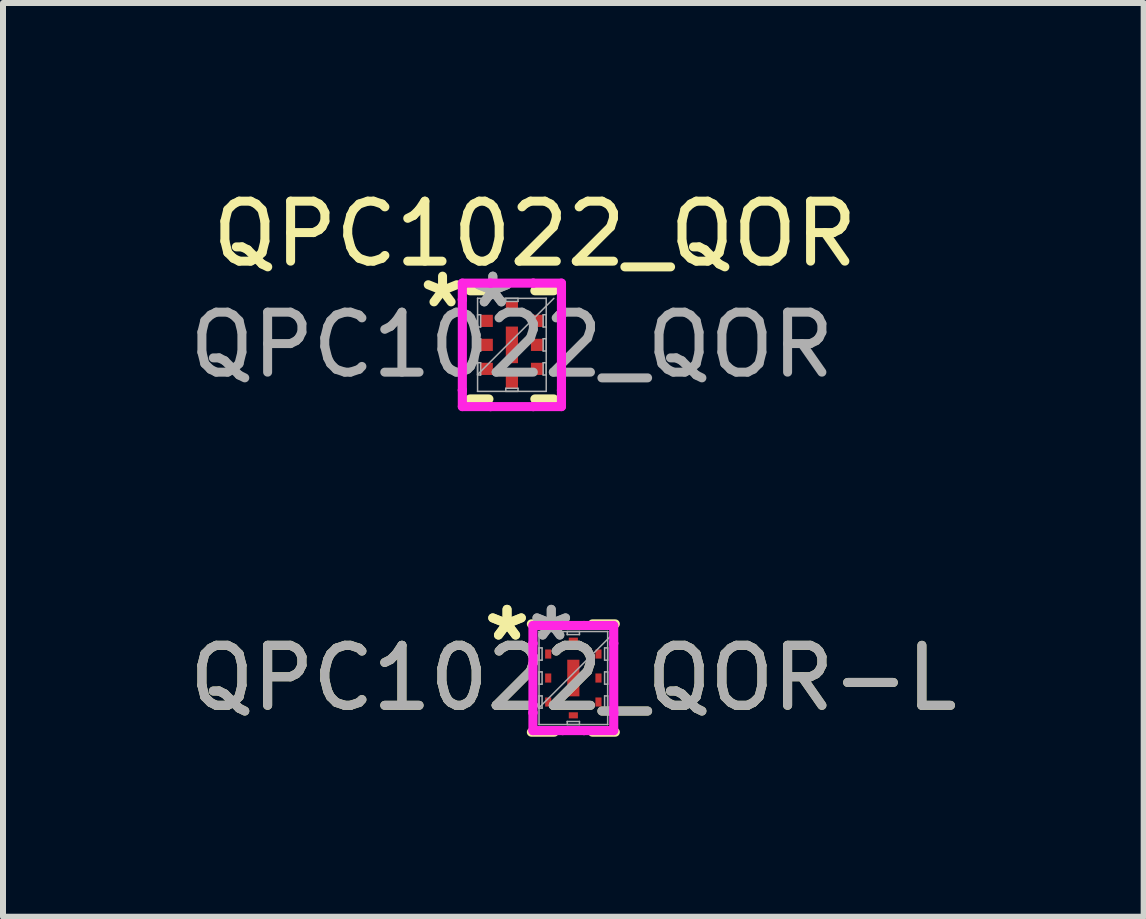
<source format=kicad_pcb>
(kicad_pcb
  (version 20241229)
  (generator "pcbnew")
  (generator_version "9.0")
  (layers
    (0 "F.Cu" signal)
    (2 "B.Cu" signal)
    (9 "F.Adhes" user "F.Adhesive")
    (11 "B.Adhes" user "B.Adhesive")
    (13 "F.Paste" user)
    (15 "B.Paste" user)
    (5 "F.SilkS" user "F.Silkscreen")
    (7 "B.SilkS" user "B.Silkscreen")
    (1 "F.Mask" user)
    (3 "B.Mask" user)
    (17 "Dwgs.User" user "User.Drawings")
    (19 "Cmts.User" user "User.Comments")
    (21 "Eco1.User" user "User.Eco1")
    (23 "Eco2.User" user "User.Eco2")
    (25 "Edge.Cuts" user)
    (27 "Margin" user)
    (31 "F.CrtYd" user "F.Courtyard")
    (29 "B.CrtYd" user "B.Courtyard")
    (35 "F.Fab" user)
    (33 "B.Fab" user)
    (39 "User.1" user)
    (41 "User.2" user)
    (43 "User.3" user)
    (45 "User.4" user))
  (footprint "QPC1022_QOR-L"
    (layer "F.Cu")
    (at 6.506 8.251)
    (property "Reference" "QPC1022_QOR-L" (at 0 0 0) (unlocked yes) (layer "F.SilkS") (effects (font (size 1 1) (thickness 0.15))))
    (attr smd)
    (fp_line (start -0.699 0.902) (end -0.318 0.902) (stroke (width 0.152) (type solid)) (layer "F.SilkS"))
    (fp_line (start -0.318 -0.902) (end -0.699 -0.902) (stroke (width 0.152) (type solid)) (layer "F.SilkS"))
    (fp_line (start 0.318 0.902) (end 0.699 0.902) (stroke (width 0.152) (type solid)) (layer "F.SilkS"))
    (fp_line (start 0.699 -0.902) (end 0.318 -0.902) (stroke (width 0.152) (type solid)) (layer "F.SilkS"))
    (fp_line (start -0.673 -0.876) (end -0.178 -0.876) (stroke (width 0.152) (type solid)) (layer "F.CrtYd"))
    (fp_line (start -0.673 -0.578) (end -0.673 -0.876) (stroke (width 0.152) (type solid)) (layer "F.CrtYd"))
    (fp_line (start -0.673 -0.578) (end -0.673 -0.578) (stroke (width 0.152) (type solid)) (layer "F.CrtYd"))
    (fp_line (start -0.673 0.578) (end -0.673 -0.578) (stroke (width 0.152) (type solid)) (layer "F.CrtYd"))
    (fp_line (start -0.673 0.578) (end -0.673 0.578) (stroke (width 0.152) (type solid)) (layer "F.CrtYd"))
    (fp_line (start -0.673 0.876) (end -0.673 0.578) (stroke (width 0.152) (type solid)) (layer "F.CrtYd"))
    (fp_line (start -0.178 -0.876) (end -0.178 -0.876) (stroke (width 0.152) (type solid)) (layer "F.CrtYd"))
    (fp_line (start -0.178 -0.876) (end 0.178 -0.876) (stroke (width 0.152) (type solid)) (layer "F.CrtYd"))
    (fp_line (start -0.178 0.876) (end -0.673 0.876) (stroke (width 0.152) (type solid)) (layer "F.CrtYd"))
    (fp_line (start -0.178 0.876) (end -0.178 0.876) (stroke (width 0.152) (type solid)) (layer "F.CrtYd"))
    (fp_line (start 0.178 -0.876) (end 0.178 -0.876) (stroke (width 0.152) (type solid)) (layer "F.CrtYd"))
    (fp_line (start 0.178 -0.876) (end 0.673 -0.876) (stroke (width 0.152) (type solid)) (layer "F.CrtYd"))
    (fp_line (start 0.178 0.876) (end -0.178 0.876) (stroke (width 0.152) (type solid)) (layer "F.CrtYd"))
    (fp_line (start 0.178 0.876) (end 0.178 0.876) (stroke (width 0.152) (type solid)) (layer "F.CrtYd"))
    (fp_line (start 0.673 -0.876) (end 0.673 -0.578) (stroke (width 0.152) (type solid)) (layer "F.CrtYd"))
    (fp_line (start 0.673 -0.578) (end 0.673 -0.578) (stroke (width 0.152) (type solid)) (layer "F.CrtYd"))
    (fp_line (start 0.673 -0.578) (end 0.673 0.578) (stroke (width 0.152) (type solid)) (layer "F.CrtYd"))
    (fp_line (start 0.673 0.578) (end 0.673 0.578) (stroke (width 0.152) (type solid)) (layer "F.CrtYd"))
    (fp_line (start 0.673 0.578) (end 0.673 0.876) (stroke (width 0.152) (type solid)) (layer "F.CrtYd"))
    (fp_line (start 0.673 0.876) (end 0.178 0.876) (stroke (width 0.152) (type solid)) (layer "F.CrtYd"))
    (fp_line (start -0.572 -0.775) (end -0.572 -0.775) (stroke (width 0.025) (type solid)) (layer "F.Fab"))
    (fp_line (start -0.572 -0.775) (end -0.572 0.775) (stroke (width 0.025) (type solid)) (layer "F.Fab"))
    (fp_line (start -0.572 -0.502) (end -0.521 -0.502) (stroke (width 0.025) (type solid)) (layer "F.Fab"))
    (fp_line (start -0.572 -0.298) (end -0.572 -0.502) (stroke (width 0.025) (type solid)) (layer "F.Fab"))
    (fp_line (start -0.572 -0.102) (end -0.521 -0.102) (stroke (width 0.025) (type solid)) (layer "F.Fab"))
    (fp_line (start -0.572 0.102) (end -0.572 -0.102) (stroke (width 0.025) (type solid)) (layer "F.Fab"))
    (fp_line (start -0.572 0.298) (end -0.521 0.298) (stroke (width 0.025) (type solid)) (layer "F.Fab"))
    (fp_line (start -0.572 0.495) (end 0.699 -0.775) (stroke (width 0.025) (type solid)) (layer "F.Fab"))
    (fp_line (start -0.572 0.502) (end -0.572 0.298) (stroke (width 0.025) (type solid)) (layer "F.Fab"))
    (fp_line (start -0.572 0.775) (end -0.572 0.775) (stroke (width 0.025) (type solid)) (layer "F.Fab"))
    (fp_line (start -0.572 0.775) (end 0.572 0.775) (stroke (width 0.025) (type solid)) (layer "F.Fab"))
    (fp_line (start -0.521 -0.502) (end -0.521 -0.298) (stroke (width 0.025) (type solid)) (layer "F.Fab"))
    (fp_line (start -0.521 -0.298) (end -0.572 -0.298) (stroke (width 0.025) (type solid)) (layer "F.Fab"))
    (fp_line (start -0.521 -0.102) (end -0.521 0.102) (stroke (width 0.025) (type solid)) (layer "F.Fab"))
    (fp_line (start -0.521 0.102) (end -0.572 0.102) (stroke (width 0.025) (type solid)) (layer "F.Fab"))
    (fp_line (start -0.521 0.298) (end -0.521 0.502) (stroke (width 0.025) (type solid)) (layer "F.Fab"))
    (fp_line (start -0.521 0.502) (end -0.572 0.502) (stroke (width 0.025) (type solid)) (layer "F.Fab"))
    (fp_line (start -0.102 -0.775) (end 0.102 -0.775) (stroke (width 0.025) (type solid)) (layer "F.Fab"))
    (fp_line (start -0.102 -0.724) (end -0.102 -0.775) (stroke (width 0.025) (type solid)) (layer "F.Fab"))
    (fp_line (start -0.102 0.724) (end 0.102 0.724) (stroke (width 0.025) (type solid)) (layer "F.Fab"))
    (fp_line (start -0.102 0.775) (end -0.102 0.724) (stroke (width 0.025) (type solid)) (layer "F.Fab"))
    (fp_line (start 0.102 -0.775) (end 0.102 -0.724) (stroke (width 0.025) (type solid)) (layer "F.Fab"))
    (fp_line (start 0.102 -0.724) (end -0.102 -0.724) (stroke (width 0.025) (type solid)) (layer "F.Fab"))
    (fp_line (start 0.102 0.724) (end 0.102 0.775) (stroke (width 0.025) (type solid)) (layer "F.Fab"))
    (fp_line (start 0.102 0.775) (end -0.102 0.775) (stroke (width 0.025) (type solid)) (layer "F.Fab"))
    (fp_line (start 0.521 -0.502) (end 0.572 -0.502) (stroke (width 0.025) (type solid)) (layer "F.Fab"))
    (fp_line (start 0.521 -0.298) (end 0.521 -0.502) (stroke (width 0.025) (type solid)) (layer "F.Fab"))
    (fp_line (start 0.521 -0.102) (end 0.572 -0.102) (stroke (width 0.025) (type solid)) (layer "F.Fab"))
    (fp_line (start 0.521 0.102) (end 0.521 -0.102) (stroke (width 0.025) (type solid)) (layer "F.Fab"))
    (fp_line (start 0.521 0.298) (end 0.572 0.298) (stroke (width 0.025) (type solid)) (layer "F.Fab"))
    (fp_line (start 0.521 0.502) (end 0.521 0.298) (stroke (width 0.025) (type solid)) (layer "F.Fab"))
    (fp_line (start 0.572 -0.775) (end -0.572 -0.775) (stroke (width 0.025) (type solid)) (layer "F.Fab"))
    (fp_line (start 0.572 -0.775) (end 0.572 -0.775) (stroke (width 0.025) (type solid)) (layer "F.Fab"))
    (fp_line (start 0.572 -0.502) (end 0.572 -0.298) (stroke (width 0.025) (type solid)) (layer "F.Fab"))
    (fp_line (start 0.572 -0.298) (end 0.521 -0.298) (stroke (width 0.025) (type solid)) (layer "F.Fab"))
    (fp_line (start 0.572 -0.102) (end 0.572 0.102) (stroke (width 0.025) (type solid)) (layer "F.Fab"))
    (fp_line (start 0.572 0.102) (end 0.521 0.102) (stroke (width 0.025) (type solid)) (layer "F.Fab"))
    (fp_line (start 0.572 0.298) (end 0.572 0.502) (stroke (width 0.025) (type solid)) (layer "F.Fab"))
    (fp_line (start 0.572 0.502) (end 0.521 0.502) (stroke (width 0.025) (type solid)) (layer "F.Fab"))
    (fp_line (start 0.572 0.775) (end 0.572 -0.775) (stroke (width 0.025) (type solid)) (layer "F.Fab"))
    (fp_line (start 0.572 0.775) (end 0.572 0.775) (stroke (width 0.025) (type solid)) (layer "F.Fab"))
    (fp_text user "*" (at -1.105 -0.6 0) (unlocked yes) (layer "F.SilkS") (effects (font (size 1 1) (thickness 0.15))))
    (fp_text user "*" (at -1.105 -0.6 0) (layer "F.SilkS") (effects (font (size 1 1) (thickness 0.15))))
    (fp_text user "*" (at -0.368 -0.6 0) (layer "F.Fab") (effects (font (size 1 1) (thickness 0.15))))
    (fp_text user "*" (at -0.368 -0.6 0) (unlocked yes) (layer "F.Fab") (effects (font (size 1 1) (thickness 0.15))))
    (fp_text user "${REFERENCE}" (at 0 0 0) (unlocked yes) (layer "F.Fab") (effects (font (size 1 1) (thickness 0.15))))
    (pad "1" smd rect (at -0.419 -0.4 90) (size 0.152 0.102) (layers "F.Cu" "F.Mask" "F.Paste"))
    (pad "2" smd rect (at -0.419 0 90) (size 0.152 0.102) (layers "F.Cu" "F.Mask" "F.Paste"))
    (pad "3" smd rect (at -0.419 0.4 90) (size 0.152 0.102) (layers "F.Cu" "F.Mask" "F.Paste"))
    (pad "4" smd rect (at 0 0.622) (size 0.152 0.102) (layers "F.Cu" "F.Mask" "F.Paste"))
    (pad "5" smd rect (at 0.419 0.4 90) (size 0.152 0.102) (layers "F.Cu" "F.Mask" "F.Paste"))
    (pad "6" smd rect (at 0.419 0 90) (size 0.152 0.102) (layers "F.Cu" "F.Mask" "F.Paste"))
    (pad "7" smd rect (at 0.419 -0.4 90) (size 0.152 0.102) (layers "F.Cu" "F.Mask" "F.Paste"))
    (pad "8" smd rect (at 0 -0.622) (size 0.152 0.102) (layers "F.Cu" "F.Mask" "F.Paste"))
    (pad "9" smd rect (at 0 0) (size 0.203 0.61) (layers "F.Cu" "F.Mask" "F.Paste")))
  (footprint "QPC1022_QOR"
    (layer "F.Cu")
    (at 5.482 2.698)
    (property "Reference" "QPC1022_QOR" (at 0.383 -1.85 0) (unlocked yes) (layer "F.SilkS") (effects (font (size 1 1) (thickness 0.15))))
    (attr smd)
    (fp_line (start -0.699 0.902) (end -0.383 0.902) (stroke (width 0.152) (type solid)) (layer "F.SilkS"))
    (fp_line (start -0.383 -0.902) (end -0.699 -0.902) (stroke (width 0.152) (type solid)) (layer "F.SilkS"))
    (fp_line (start 0.383 0.902) (end 0.699 0.902) (stroke (width 0.152) (type solid)) (layer "F.SilkS"))
    (fp_line (start 0.699 -0.902) (end 0.383 -0.902) (stroke (width 0.152) (type solid)) (layer "F.SilkS"))
    (fp_line (start -0.826 -1.029) (end -0.356 -1.029) (stroke (width 0.152) (type solid)) (layer "F.CrtYd"))
    (fp_line (start -0.826 -0.756) (end -0.826 -1.029) (stroke (width 0.152) (type solid)) (layer "F.CrtYd"))
    (fp_line (start -0.826 -0.756) (end -0.826 -0.756) (stroke (width 0.152) (type solid)) (layer "F.CrtYd"))
    (fp_line (start -0.826 0.756) (end -0.826 -0.756) (stroke (width 0.152) (type solid)) (layer "F.CrtYd"))
    (fp_line (start -0.826 0.756) (end -0.826 0.756) (stroke (width 0.152) (type solid)) (layer "F.CrtYd"))
    (fp_line (start -0.826 1.029) (end -0.826 0.756) (stroke (width 0.152) (type solid)) (layer "F.CrtYd"))
    (fp_line (start -0.356 -1.029) (end -0.356 -1.029) (stroke (width 0.152) (type solid)) (layer "F.CrtYd"))
    (fp_line (start -0.356 -1.029) (end 0.356 -1.029) (stroke (width 0.152) (type solid)) (layer "F.CrtYd"))
    (fp_line (start -0.356 1.029) (end -0.826 1.029) (stroke (width 0.152) (type solid)) (layer "F.CrtYd"))
    (fp_line (start -0.356 1.029) (end -0.356 1.029) (stroke (width 0.152) (type solid)) (layer "F.CrtYd"))
    (fp_line (start 0.356 -1.029) (end 0.356 -1.029) (stroke (width 0.152) (type solid)) (layer "F.CrtYd"))
    (fp_line (start 0.356 -1.029) (end 0.826 -1.029) (stroke (width 0.152) (type solid)) (layer "F.CrtYd"))
    (fp_line (start 0.356 1.029) (end -0.356 1.029) (stroke (width 0.152) (type solid)) (layer "F.CrtYd"))
    (fp_line (start 0.356 1.029) (end 0.356 1.029) (stroke (width 0.152) (type solid)) (layer "F.CrtYd"))
    (fp_line (start 0.826 -1.029) (end 0.826 -0.756) (stroke (width 0.152) (type solid)) (layer "F.CrtYd"))
    (fp_line (start 0.826 -0.756) (end 0.826 -0.756) (stroke (width 0.152) (type solid)) (layer "F.CrtYd"))
    (fp_line (start 0.826 -0.756) (end 0.826 0.756) (stroke (width 0.152) (type solid)) (layer "F.CrtYd"))
    (fp_line (start 0.826 0.756) (end 0.826 0.756) (stroke (width 0.152) (type solid)) (layer "F.CrtYd"))
    (fp_line (start 0.826 0.756) (end 0.826 1.029) (stroke (width 0.152) (type solid)) (layer "F.CrtYd"))
    (fp_line (start 0.826 1.029) (end 0.356 1.029) (stroke (width 0.152) (type solid)) (layer "F.CrtYd"))
    (fp_line (start -0.572 -0.775) (end -0.572 -0.775) (stroke (width 0.025) (type solid)) (layer "F.Fab"))
    (fp_line (start -0.572 -0.775) (end -0.572 0.775) (stroke (width 0.025) (type solid)) (layer "F.Fab"))
    (fp_line (start -0.572 -0.502) (end -0.521 -0.502) (stroke (width 0.025) (type solid)) (layer "F.Fab"))
    (fp_line (start -0.572 -0.298) (end -0.572 -0.502) (stroke (width 0.025) (type solid)) (layer "F.Fab"))
    (fp_line (start -0.572 -0.102) (end -0.521 -0.102) (stroke (width 0.025) (type solid)) (layer "F.Fab"))
    (fp_line (start -0.572 0.102) (end -0.572 -0.102) (stroke (width 0.025) (type solid)) (layer "F.Fab"))
    (fp_line (start -0.572 0.298) (end -0.521 0.298) (stroke (width 0.025) (type solid)) (layer "F.Fab"))
    (fp_line (start -0.572 0.495) (end 0.699 -0.775) (stroke (width 0.025) (type solid)) (layer "F.Fab"))
    (fp_line (start -0.572 0.502) (end -0.572 0.298) (stroke (width 0.025) (type solid)) (layer "F.Fab"))
    (fp_line (start -0.572 0.775) (end -0.572 0.775) (stroke (width 0.025) (type solid)) (layer "F.Fab"))
    (fp_line (start -0.572 0.775) (end 0.572 0.775) (stroke (width 0.025) (type solid)) (layer "F.Fab"))
    (fp_line (start -0.521 -0.502) (end -0.521 -0.298) (stroke (width 0.025) (type solid)) (layer "F.Fab"))
    (fp_line (start -0.521 -0.298) (end -0.572 -0.298) (stroke (width 0.025) (type solid)) (layer "F.Fab"))
    (fp_line (start -0.521 -0.102) (end -0.521 0.102) (stroke (width 0.025) (type solid)) (layer "F.Fab"))
    (fp_line (start -0.521 0.102) (end -0.572 0.102) (stroke (width 0.025) (type solid)) (layer "F.Fab"))
    (fp_line (start -0.521 0.298) (end -0.521 0.502) (stroke (width 0.025) (type solid)) (layer "F.Fab"))
    (fp_line (start -0.521 0.502) (end -0.572 0.502) (stroke (width 0.025) (type solid)) (layer "F.Fab"))
    (fp_line (start -0.102 -0.775) (end 0.102 -0.775) (stroke (width 0.025) (type solid)) (layer "F.Fab"))
    (fp_line (start -0.102 -0.724) (end -0.102 -0.775) (stroke (width 0.025) (type solid)) (layer "F.Fab"))
    (fp_line (start -0.102 0.724) (end 0.102 0.724) (stroke (width 0.025) (type solid)) (layer "F.Fab"))
    (fp_line (start -0.102 0.775) (end -0.102 0.724) (stroke (width 0.025) (type solid)) (layer "F.Fab"))
    (fp_line (start 0.102 -0.775) (end 0.102 -0.724) (stroke (width 0.025) (type solid)) (layer "F.Fab"))
    (fp_line (start 0.102 -0.724) (end -0.102 -0.724) (stroke (width 0.025) (type solid)) (layer "F.Fab"))
    (fp_line (start 0.102 0.724) (end 0.102 0.775) (stroke (width 0.025) (type solid)) (layer "F.Fab"))
    (fp_line (start 0.102 0.775) (end -0.102 0.775) (stroke (width 0.025) (type solid)) (layer "F.Fab"))
    (fp_line (start 0.521 -0.502) (end 0.572 -0.502) (stroke (width 0.025) (type solid)) (layer "F.Fab"))
    (fp_line (start 0.521 -0.298) (end 0.521 -0.502) (stroke (width 0.025) (type solid)) (layer "F.Fab"))
    (fp_line (start 0.521 -0.102) (end 0.572 -0.102) (stroke (width 0.025) (type solid)) (layer "F.Fab"))
    (fp_line (start 0.521 0.102) (end 0.521 -0.102) (stroke (width 0.025) (type solid)) (layer "F.Fab"))
    (fp_line (start 0.521 0.298) (end 0.572 0.298) (stroke (width 0.025) (type solid)) (layer "F.Fab"))
    (fp_line (start 0.521 0.502) (end 0.521 0.298) (stroke (width 0.025) (type solid)) (layer "F.Fab"))
    (fp_line (start 0.572 -0.775) (end -0.572 -0.775) (stroke (width 0.025) (type solid)) (layer "F.Fab"))
    (fp_line (start 0.572 -0.775) (end 0.572 -0.775) (stroke (width 0.025) (type solid)) (layer "F.Fab"))
    (fp_line (start 0.572 -0.502) (end 0.572 -0.298) (stroke (width 0.025) (type solid)) (layer "F.Fab"))
    (fp_line (start 0.572 -0.298) (end 0.521 -0.298) (stroke (width 0.025) (type solid)) (layer "F.Fab"))
    (fp_line (start 0.572 -0.102) (end 0.572 0.102) (stroke (width 0.025) (type solid)) (layer "F.Fab"))
    (fp_line (start 0.572 0.102) (end 0.521 0.102) (stroke (width 0.025) (type solid)) (layer "F.Fab"))
    (fp_line (start 0.572 0.298) (end 0.572 0.502) (stroke (width 0.025) (type solid)) (layer "F.Fab"))
    (fp_line (start 0.572 0.502) (end 0.521 0.502) (stroke (width 0.025) (type solid)) (layer "F.Fab"))
    (fp_line (start 0.572 0.775) (end 0.572 -0.775) (stroke (width 0.025) (type solid)) (layer "F.Fab"))
    (fp_line (start 0.572 0.775) (end 0.572 0.775) (stroke (width 0.025) (type solid)) (layer "F.Fab"))
    (fp_text user "*" (at -1.156 -0.6 0) (unlocked yes) (layer "F.SilkS") (effects (font (size 1 1) (thickness 0.15))))
    (fp_text user "${REFERENCE}" (at 0 0 0) (unlocked yes) (layer "F.Fab") (effects (font (size 1 1) (thickness 0.15))))
    (fp_text user "*" (at -0.318 -0.6 0) (unlocked yes) (layer "F.Fab") (effects (font (size 1 1) (thickness 0.15))))
    (fp_text user "*" (at -0.318 -0.6 0) (layer "F.Fab") (effects (font (size 1 1) (thickness 0.15))))
    (pad "1" smd rect (at -0.419 -0.4 90) (size 0.203 0.203) (layers "F.Cu" "F.Mask" "F.Paste"))
    (pad "2" smd rect (at -0.419 0 90) (size 0.203 0.203) (layers "F.Cu" "F.Mask" "F.Paste"))
    (pad "3" smd rect (at -0.419 0.4 90) (size 0.203 0.203) (layers "F.Cu" "F.Mask" "F.Paste"))
    (pad "4" smd rect (at 0 0.622) (size 0.203 0.203) (layers "F.Cu" "F.Mask" "F.Paste"))
    (pad "5" smd rect (at 0.419 0.4 90) (size 0.203 0.203) (layers "F.Cu" "F.Mask" "F.Paste"))
    (pad "6" smd rect (at 0.419 0 90) (size 0.203 0.203) (layers "F.Cu" "F.Mask" "F.Paste"))
    (pad "7" smd rect (at 0.419 -0.4 90) (size 0.203 0.203) (layers "F.Cu" "F.Mask" "F.Paste"))
    (pad "8" smd rect (at 0 -0.622) (size 0.203 0.203) (layers "F.Cu" "F.Mask" "F.Paste"))
    (pad "9" smd rect (at 0 0) (size 0.203 0.61) (layers "F.Cu" "F.Mask" "F.Paste")))
  (gr_rect
    (start -3 -3)
    (end 16.012 12.229)
    (stroke (width 0.1) (type default))
    (fill no)
    (layer "Edge.Cuts")))
</source>
